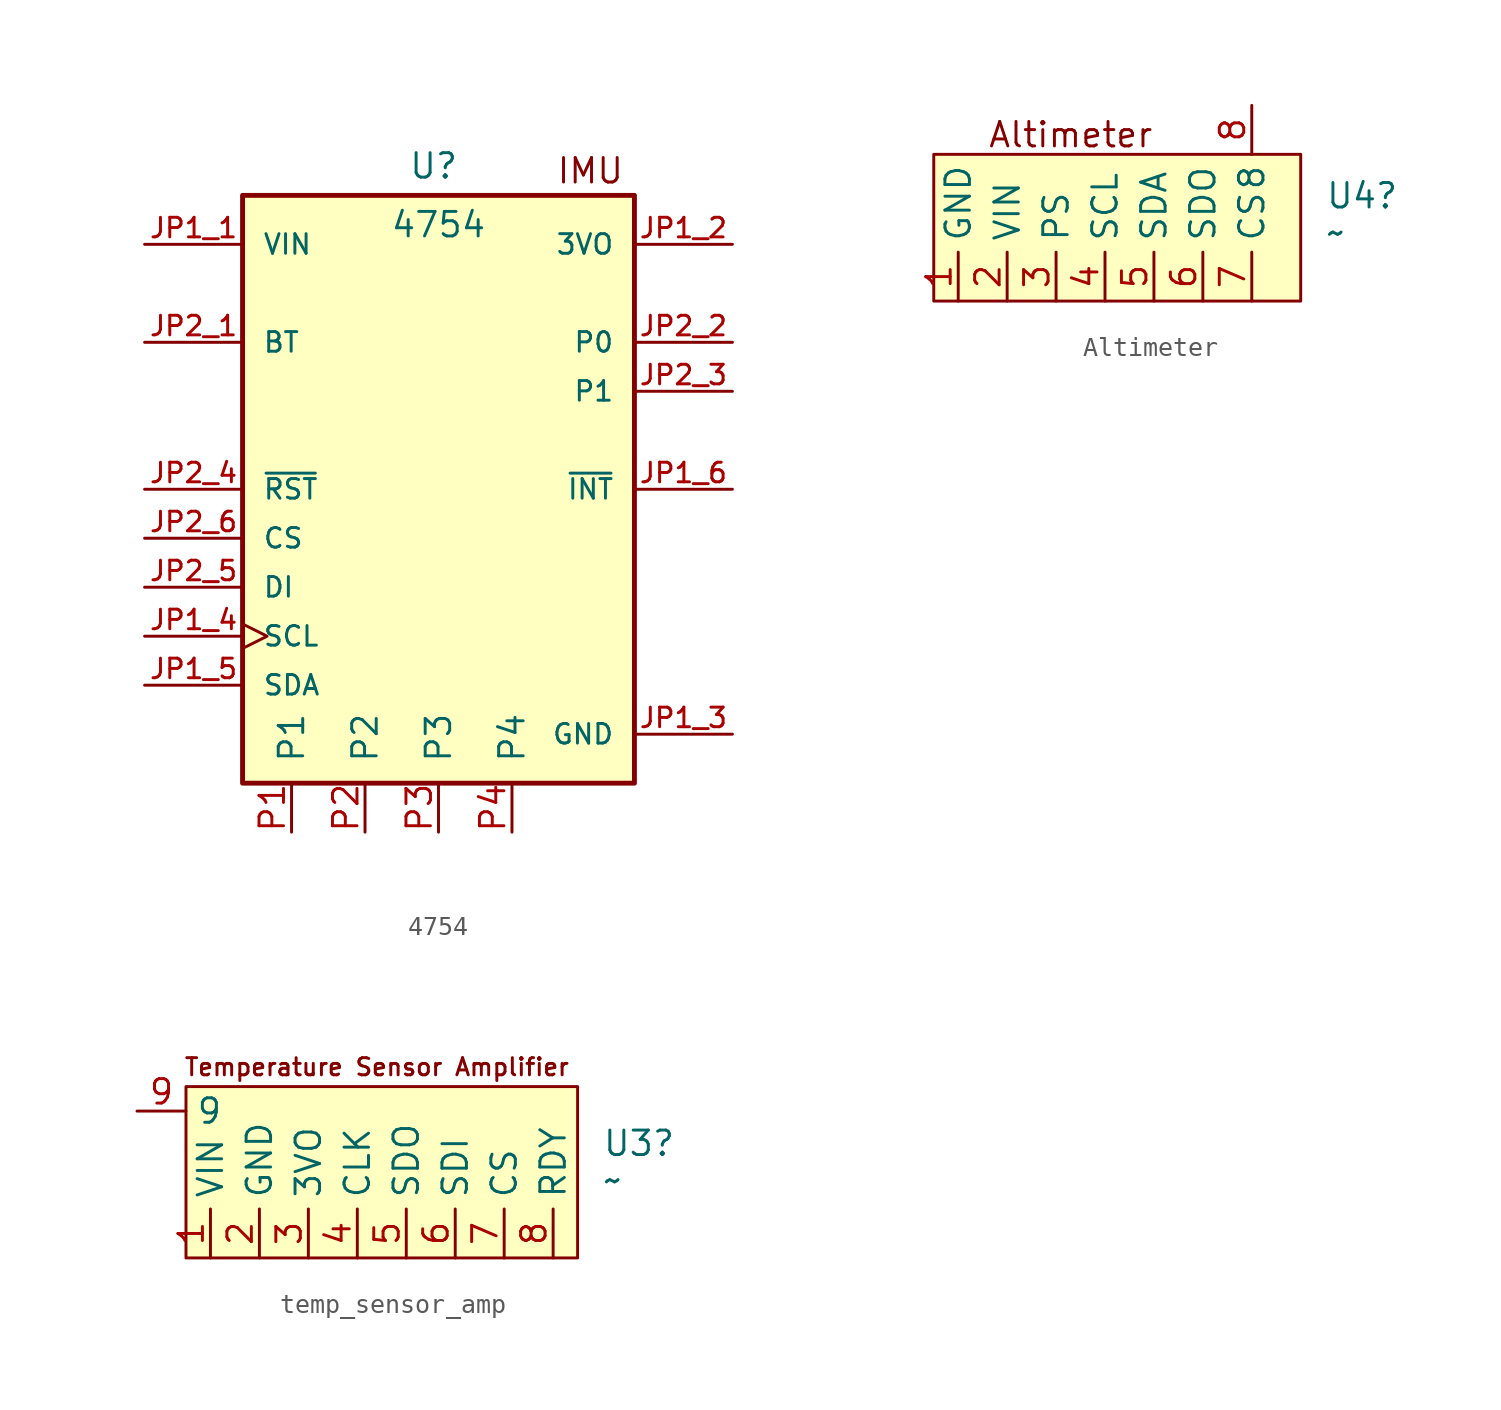
<source format=kicad_sym>
(kicad_symbol_lib
  (version 20231120)
  (generator "kicad_symbol_editor")
  (generator_version "8.0")
  (symbol "4754"
    (pin_names
      (offset 1.016))
    (property "Reference" "U"
      (at -0.254 16.764 0)
      (effects (font (size 1.27 1.27))))
    (property "Value" "4754"
      (at 0 13.716 0)
      (effects (font (size 1.27 1.27))))
    (symbol "4754_0_0"
      (rectangle (start -10.16 -15.24) (end 10.16 15.24) (stroke (width 0.254) (type default)) (fill (type background)))
      (pin input line (at -15.24 12.7 0) (length 5.08) (name "VIN" (effects (font (size 1.016 1.016)))) (number "JP1_1" (effects (font (size 1.016 1.016)))))
      (pin output line (at 15.24 12.7 180) (length 5.08) (name "3VO" (effects (font (size 1.016 1.016)))) (number "JP1_2" (effects (font (size 1.016 1.016)))))
      (pin power_in line (at 15.24 -12.7 180) (length 5.08) (name "GND" (effects (font (size 1.016 1.016)))) (number "JP1_3" (effects (font (size 1.016 1.016)))))
      (pin bidirectional clock (at -15.24 -7.62 0) (length 5.08) (name "SCL" (effects (font (size 1.016 1.016)))) (number "JP1_4" (effects (font (size 1.016 1.016)))))
      (pin bidirectional line (at -15.24 -10.16 0) (length 5.08) (name "SDA" (effects (font (size 1.016 1.016)))) (number "JP1_5" (effects (font (size 1.016 1.016)))))
      (pin output line (at 15.24 0 180) (length 5.08) (name "~{INT}" (effects (font (size 1.016 1.016)))) (number "JP1_6" (effects (font (size 1.016 1.016)))))
      (pin input line (at -15.24 7.62 0) (length 5.08) (name "BT" (effects (font (size 1.016 1.016)))) (number "JP2_1" (effects (font (size 1.016 1.016)))))
      (pin bidirectional line (at 15.24 7.62 180) (length 5.08) (name "P0" (effects (font (size 1.016 1.016)))) (number "JP2_2" (effects (font (size 1.016 1.016)))))
      (pin bidirectional line (at 15.24 5.08 180) (length 5.08) (name "P1" (effects (font (size 1.016 1.016)))) (number "JP2_3" (effects (font (size 1.016 1.016)))))
      (pin input line (at -15.24 0 0) (length 5.08) (name "~{RST}" (effects (font (size 1.016 1.016)))) (number "JP2_4" (effects (font (size 1.016 1.016)))))
      (pin input line (at -15.24 -5.08 0) (length 5.08) (name "DI" (effects (font (size 1.016 1.016)))) (number "JP2_5" (effects (font (size 1.016 1.016)))))
      (pin input line (at -15.24 -2.54 0) (length 5.08) (name "CS" (effects (font (size 1.016 1.016)))) (number "JP2_6" (effects (font (size 1.016 1.016))))))
    (symbol "4754_1_1"
      (text "IMU\n" (at 7.874 16.51 0) (effects (font (size 1.27 1.27))))
      (pin input line (at -7.62 -17.78 90) (length 2.54) (name "P1" (effects (font (size 1.27 1.27)))) (number "P1" (effects (font (size 1.27 1.27)))))
      (pin input line (at -3.81 -17.78 90) (length 2.54) (name "P2" (effects (font (size 1.27 1.27)))) (number "P2" (effects (font (size 1.27 1.27)))))
      (pin input line (at 0 -17.78 90) (length 2.54) (name "P3" (effects (font (size 1.27 1.27)))) (number "P3" (effects (font (size 1.27 1.27)))))
      (pin input line (at 3.81 -17.78 90) (length 2.54) (name "P4" (effects (font (size 1.27 1.27)))) (number "P4" (effects (font (size 1.27 1.27)))))))
  (symbol "Altimeter"
    (property "Reference" "U4"
      (at 21.59 6.734 0)
      (effects (font (size 1.27 1.27)) (justify left)))
    (property "Value" "~"
      (at 21.59 4.829 0)
      (effects (font (size 1.27 1.27)) (justify left)))
    (symbol "Altimeter_1_1"
      (rectangle (start 1.27 8.89) (end 20.32 1.27) (stroke (width 0) (type default)) (fill (type background)))
      (text "Altimeter" (at 8.382 9.906 0) (effects (font (size 1.27 1.27))))
      (pin input line (at 2.54 1.27 90) (length 2.54) (name "GND" (effects (font (size 1.27 1.27)))) (number "1" (effects (font (size 1.27 1.27)))))
      (pin power_in line (at 5.08 1.27 90) (length 2.54) (name "VIN" (effects (font (size 1.27 1.27)))) (number "2" (effects (font (size 1.27 1.27)))))
      (pin power_in line (at 7.62 1.27 90) (length 2.54) (name "PS" (effects (font (size 1.27 1.27)))) (number "3" (effects (font (size 1.27 1.27)))))
      (pin power_in line (at 10.16 1.27 90) (length 2.54) (name "SCL" (effects (font (size 1.27 1.27)))) (number "4" (effects (font (size 1.27 1.27)))))
      (pin power_in line (at 12.7 1.27 90) (length 2.54) (name "SDA" (effects (font (size 1.27 1.27)))) (number "5" (effects (font (size 1.27 1.27)))))
      (pin power_in line (at 15.24 1.27 90) (length 2.54) (name "SDO" (effects (font (size 1.27 1.27)))) (number "6" (effects (font (size 1.27 1.27)))))
      (pin power_in line (at 17.78 1.27 90) (length 2.54) (name "CS" (effects (font (size 1.27 1.27)))) (number "7" (effects (font (size 1.27 1.27)))))
      (pin input line (at 17.78 11.43 270) (length 2.54) (name "8" (effects (font (size 1.27 1.27)))) (number "8" (effects (font (size 1.27 1.27)))))))
  (symbol "temp_sensor_amp"
    (property "Reference" "U3"
      (at 11.43 2.136 0)
      (effects (font (size 1.27 1.27)) (justify left)))
    (property "Value" "~"
      (at 11.43 0.231 0)
      (effects (font (size 1.27 1.27)) (justify left)))
    (symbol "temp_sensor_amp_1_1"
      (rectangle (start -10.16 5.08) (end 10.16 -3.81) (stroke (width 0) (type default)) (fill (type background)))
      (text "Temperature Sensor Amplifier\n" (at -0.254 6.096 0) (effects (font (size 0.889 0.889))))
      (pin power_in line (at -8.89 -3.81 90) (length 2.54) (name "VIN" (effects (font (size 1.27 1.27)))) (number "1" (effects (font (size 1.27 1.27)))))
      (pin input line (at -6.35 -3.81 90) (length 2.54) (name "GND" (effects (font (size 1.27 1.27)))) (number "2" (effects (font (size 1.27 1.27)))))
      (pin output line (at -3.81 -3.81 90) (length 2.54) (name "3VO" (effects (font (size 1.27 1.27)))) (number "3" (effects (font (size 1.27 1.27)))))
      (pin input line (at -1.27 -3.81 90) (length 2.54) (name "CLK" (effects (font (size 1.27 1.27)))) (number "4" (effects (font (size 1.27 1.27)))))
      (pin output line (at 1.27 -3.81 90) (length 2.54) (name "SDO" (effects (font (size 1.27 1.27)))) (number "5" (effects (font (size 1.27 1.27)))))
      (pin input line (at 3.81 -3.81 90) (length 2.54) (name "SDI" (effects (font (size 1.27 1.27)))) (number "6" (effects (font (size 1.27 1.27)))))
      (pin input line (at 6.35 -3.81 90) (length 2.54) (name "CS" (effects (font (size 1.27 1.27)))) (number "7" (effects (font (size 1.27 1.27)))))
      (pin input line (at 8.89 -3.81 90) (length 2.54) (name "RDY" (effects (font (size 1.27 1.27)))) (number "8" (effects (font (size 1.27 1.27)))))
      (pin input line (at -12.7 3.81 0) (length 2.54) (name "9" (effects (font (size 1.27 1.27)))) (number "9" (effects (font (size 1.27 1.27))))))))
</source>
